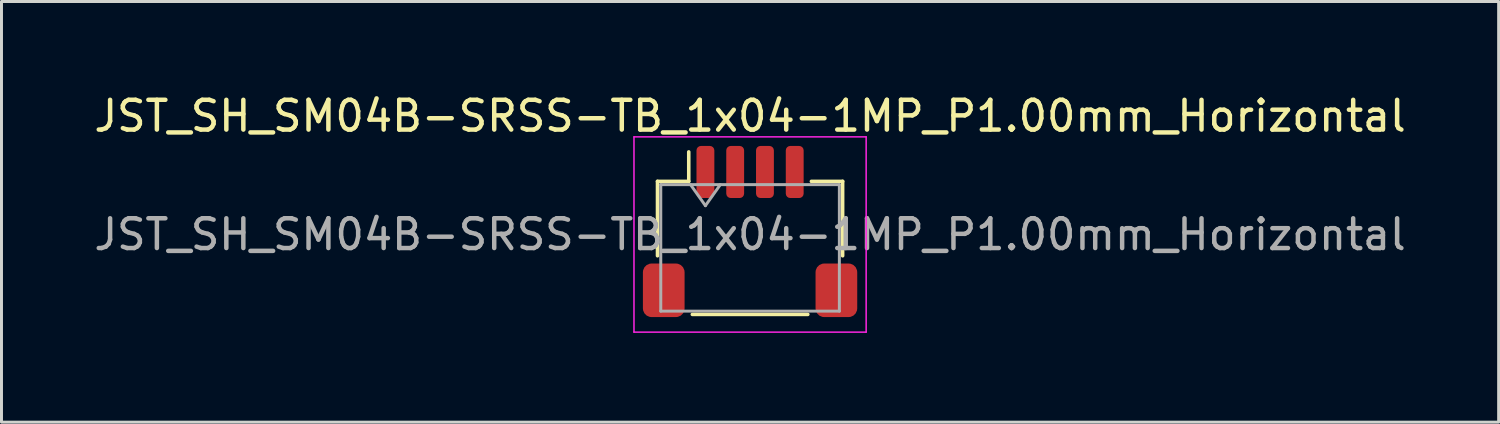
<source format=kicad_pcb>
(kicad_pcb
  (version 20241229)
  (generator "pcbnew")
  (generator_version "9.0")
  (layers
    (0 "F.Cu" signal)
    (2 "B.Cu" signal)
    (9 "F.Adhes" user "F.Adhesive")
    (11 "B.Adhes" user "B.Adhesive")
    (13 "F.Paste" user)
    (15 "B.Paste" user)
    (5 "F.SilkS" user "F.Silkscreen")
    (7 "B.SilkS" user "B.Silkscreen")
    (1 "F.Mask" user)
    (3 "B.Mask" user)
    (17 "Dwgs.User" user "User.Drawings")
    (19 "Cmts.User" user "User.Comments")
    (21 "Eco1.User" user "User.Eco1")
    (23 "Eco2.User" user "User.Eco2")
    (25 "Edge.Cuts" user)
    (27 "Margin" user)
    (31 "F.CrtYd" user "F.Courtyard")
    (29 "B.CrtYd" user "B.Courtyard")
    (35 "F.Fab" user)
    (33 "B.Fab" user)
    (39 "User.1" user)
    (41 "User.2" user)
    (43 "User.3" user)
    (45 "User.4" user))
  (footprint "JST_SH_SM04B-SRSS-TB_1x04-1MP_P1.00mm_Horizontal"
    (layer "F.Cu")
    (at 22.149 4.828)
    (property "Reference" "JST_SH_SM04B-SRSS-TB_1x04-1MP_P1.00mm_Horizontal" (at 0 -3.98 0) (layer "F.SilkS") (effects (font (size 1 1) (thickness 0.15))))
    (attr smd)
    (fp_line (start -3.11 -1.785) (end -2.06 -1.785) (stroke (width 0.12) (type solid)) (layer "F.SilkS"))
    (fp_line (start -3.11 0.715) (end -3.11 -1.785) (stroke (width 0.12) (type solid)) (layer "F.SilkS"))
    (fp_line (start -2.06 -1.785) (end -2.06 -2.775) (stroke (width 0.12) (type solid)) (layer "F.SilkS"))
    (fp_line (start -1.94 2.685) (end 1.94 2.685) (stroke (width 0.12) (type solid)) (layer "F.SilkS"))
    (fp_line (start 3.11 -1.785) (end 2.06 -1.785) (stroke (width 0.12) (type solid)) (layer "F.SilkS"))
    (fp_line (start 3.11 0.715) (end 3.11 -1.785) (stroke (width 0.12) (type solid)) (layer "F.SilkS"))
    (fp_line (start -3.9 -3.28) (end -3.9 3.28) (stroke (width 0.05) (type solid)) (layer "F.CrtYd"))
    (fp_line (start -3.9 3.28) (end 3.9 3.28) (stroke (width 0.05) (type solid)) (layer "F.CrtYd"))
    (fp_line (start 3.9 -3.28) (end -3.9 -3.28) (stroke (width 0.05) (type solid)) (layer "F.CrtYd"))
    (fp_line (start 3.9 3.28) (end 3.9 -3.28) (stroke (width 0.05) (type solid)) (layer "F.CrtYd"))
    (fp_line (start -3 -1.675) (end -3 2.575) (stroke (width 0.1) (type solid)) (layer "F.Fab"))
    (fp_line (start -3 -1.675) (end 3 -1.675) (stroke (width 0.1) (type solid)) (layer "F.Fab"))
    (fp_line (start -3 2.575) (end 3 2.575) (stroke (width 0.1) (type solid)) (layer "F.Fab"))
    (fp_line (start -2 -1.675) (end -1.5 -0.968) (stroke (width 0.1) (type solid)) (layer "F.Fab"))
    (fp_line (start -1.5 -0.968) (end -1 -1.675) (stroke (width 0.1) (type solid)) (layer "F.Fab"))
    (fp_line (start 3 -1.675) (end 3 2.575) (stroke (width 0.1) (type solid)) (layer "F.Fab"))
    (fp_text user "${REFERENCE}" (at 0 0 0) (layer "F.Fab") (effects (font (size 1 1) (thickness 0.15))))
    (pad "1" smd roundrect (at -1.5 -2.1) (size 0.6 1.75) (layers "F.Cu" "F.Mask" "F.Paste") (roundrect_rratio 0.25))
    (pad "2" smd roundrect (at -0.5 -2.1) (size 0.6 1.75) (layers "F.Cu" "F.Mask" "F.Paste") (roundrect_rratio 0.25))
    (pad "3" smd roundrect (at 0.5 -2.1) (size 0.6 1.75) (layers "F.Cu" "F.Mask" "F.Paste") (roundrect_rratio 0.25))
    (pad "4" smd roundrect (at 1.5 -2.1) (size 0.6 1.75) (layers "F.Cu" "F.Mask" "F.Paste") (roundrect_rratio 0.25))
    (pad "MP" smd roundrect (at -2.9 1.875) (size 1.4 1.8) (layers "F.Cu" "F.Mask" "F.Paste") (roundrect_rratio 0.208))
    (pad "MP" smd roundrect (at 2.9 1.875) (size 1.4 1.8) (layers "F.Cu" "F.Mask" "F.Paste") (roundrect_rratio 0.208)))
  (gr_rect
    (start -3 -3)
    (end 47.298 11.133)
    (stroke (width 0.1) (type default))
    (fill no)
    (layer "Edge.Cuts")))
</source>
